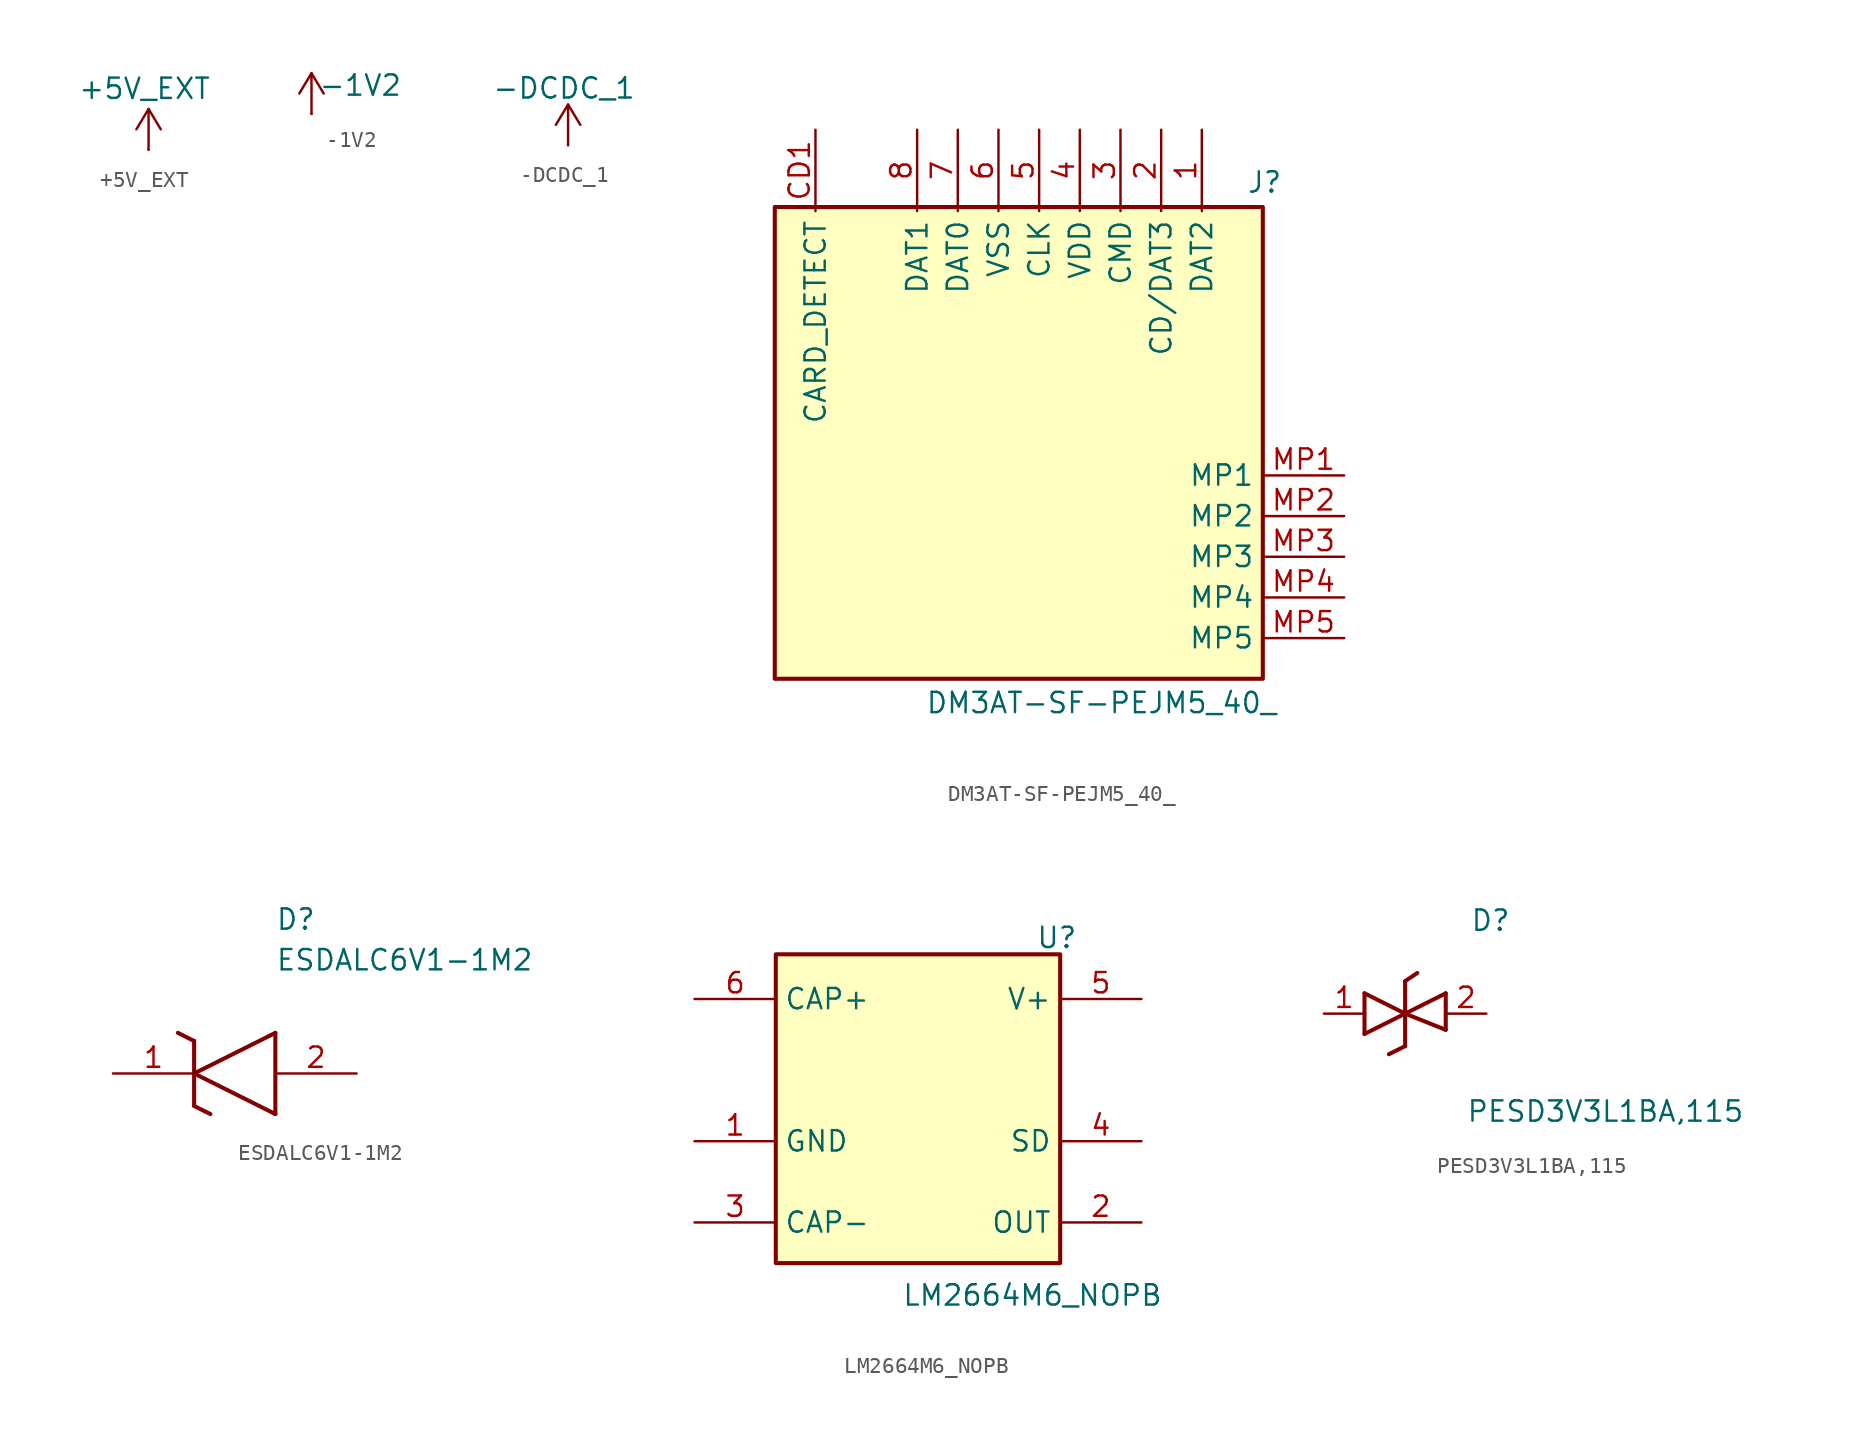
<source format=kicad_sym>
(kicad_symbol_lib
  (version 20231120)
  (generator "kicad_symbol_editor")
  (generator_version "8.0")
  (symbol "+5V_EXT"
    (power)
    (pin_numbers hide)
    (pin_names
      (offset 0) hide)
    (property "Reference" "#PWR"
      (at 5.08 2.54 0)
      (effects (font (size 1.27 1.27)) (hide yes)))
    (property "Value" "+5V_EXT"
      (at -0.254 3.81 0)
      (effects (font (size 1.27 1.27))))
    (symbol "+5V_EXT_0_1"
      (polyline (pts (xy 0 2.54) (xy 0.762 1.27)) (stroke (width 0) (type default)) (fill (type none)))
      (polyline (pts (xy 0 0) (xy 0 2.54) (xy -0.762 1.27)) (stroke (width 0) (type default)) (fill (type none))))
    (symbol "+5V_EXT_1_1"
      (pin power_in line (at 0 0 90) (length 0) (name "~" (effects (font (size 1.27 1.27)))) (number "1" (effects (font (size 1.27 1.27)))))))
  (symbol "-1V2"
    (power)
    (pin_numbers hide)
    (pin_names
      (offset 0) hide)
    (property "Reference" "#PWR"
      (at 6.35 -5.588 0)
      (effects (font (size 1.27 1.27)) (hide yes)))
    (property "Value" "-1V2"
      (at 3.048 1.778 0)
      (effects (font (size 1.27 1.27))))
    (symbol "-1V2_0_1"
      (polyline (pts (xy 0 2.54) (xy 0.762 1.27)) (stroke (width 0) (type default)) (fill (type none)))
      (polyline (pts (xy 0 0) (xy 0 2.54) (xy -0.762 1.27)) (stroke (width 0) (type default)) (fill (type none))))
    (symbol "-1V2_1_1"
      (pin power_in line (at 0 0 90) (length 0) (name "~" (effects (font (size 1.27 1.27)))) (number "1" (effects (font (size 1.27 1.27)))))))
  (symbol "-DCDC_1"
    (power)
    (pin_numbers hide)
    (pin_names
      (offset 0) hide)
    (property "Reference" "#PWR"
      (at 5.334 2.54 0)
      (effects (font (size 1.27 1.27)) (hide yes)))
    (property "Value" "-DCDC_1"
      (at -0.254 3.556 0)
      (effects (font (size 1.27 1.27))))
    (symbol "-DCDC_1_0_1"
      (polyline (pts (xy 0 2.54) (xy 0.762 1.27)) (stroke (width 0) (type default)) (fill (type none)))
      (polyline (pts (xy 0 0) (xy 0 2.54) (xy -0.762 1.27)) (stroke (width 0) (type default)) (fill (type none))))
    (symbol "-DCDC_1_1_1"
      (pin power_in line (at 0 0 90) (length 0) (name "~" (effects (font (size 1.27 1.27)))) (number "1" (effects (font (size 1.27 1.27)))))))
  (symbol "DM3AT-SF-PEJM5_40_"
    (property "Reference" "J"
      (at 14.224 17.78 0)
      (effects (font (size 1.27 1.27)) (justify left top)))
    (property "Value" "DM3AT-SF-PEJM5_40_"
      (at -5.842 -14.732 0)
      (effects (font (size 1.27 1.27)) (justify left top)))
    (symbol "DM3AT-SF-PEJM5_40__1_1"
      (rectangle (start -15.24 15.494) (end 15.24 -13.97) (stroke (width 0.254) (type default)) (fill (type background)))
      (pin passive line (at 11.43 20.32 270) (length 5.08) (name "DAT2" (effects (font (size 1.27 1.27)))) (number "1" (effects (font (size 1.27 1.27)))))
      (pin passive line (at 8.89 20.32 270) (length 5.08) (name "CD/DAT3" (effects (font (size 1.27 1.27)))) (number "2" (effects (font (size 1.27 1.27)))))
      (pin passive line (at 6.35 20.32 270) (length 5.08) (name "CMD" (effects (font (size 1.27 1.27)))) (number "3" (effects (font (size 1.27 1.27)))))
      (pin passive line (at 3.81 20.32 270) (length 5.08) (name "VDD" (effects (font (size 1.27 1.27)))) (number "4" (effects (font (size 1.27 1.27)))))
      (pin passive line (at 1.27 20.32 270) (length 5.08) (name "CLK" (effects (font (size 1.27 1.27)))) (number "5" (effects (font (size 1.27 1.27)))))
      (pin passive line (at -1.27 20.32 270) (length 5.08) (name "VSS" (effects (font (size 1.27 1.27)))) (number "6" (effects (font (size 1.27 1.27)))))
      (pin passive line (at -3.81 20.32 270) (length 5.08) (name "DAT0" (effects (font (size 1.27 1.27)))) (number "7" (effects (font (size 1.27 1.27)))))
      (pin passive line (at -6.35 20.32 270) (length 5.08) (name "DAT1" (effects (font (size 1.27 1.27)))) (number "8" (effects (font (size 1.27 1.27)))))
      (pin passive line (at -12.7 20.32 270) (length 5.08) (name "CARD_DETECT" (effects (font (size 1.27 1.27)))) (number "CD1" (effects (font (size 1.27 1.27)))))
      (pin passive line (at 20.32 -1.27 180) (length 5.08) (name "MP1" (effects (font (size 1.27 1.27)))) (number "MP1" (effects (font (size 1.27 1.27)))))
      (pin passive line (at 20.32 -3.81 180) (length 5.08) (name "MP2" (effects (font (size 1.27 1.27)))) (number "MP2" (effects (font (size 1.27 1.27)))))
      (pin passive line (at 20.32 -6.35 180) (length 5.08) (name "MP3" (effects (font (size 1.27 1.27)))) (number "MP3" (effects (font (size 1.27 1.27)))))
      (pin passive line (at 20.32 -8.89 180) (length 5.08) (name "MP4" (effects (font (size 1.27 1.27)))) (number "MP4" (effects (font (size 1.27 1.27)))))
      (pin passive line (at 20.32 -11.43 180) (length 5.08) (name "MP5" (effects (font (size 1.27 1.27)))) (number "MP5" (effects (font (size 1.27 1.27)))))))
  (symbol "ESDALC6V1-1M2"
    (pin_names hide)
    (property "Reference" "D"
      (at 2.54 8.89 0)
      (effects (font (size 1.27 1.27)) (justify left bottom)))
    (property "Value" "ESDALC6V1-1M2"
      (at 2.54 6.35 0)
      (effects (font (size 1.27 1.27)) (justify left bottom)))
    (symbol "ESDALC6V1-1M2_1_1"
      (polyline (pts (xy -3.556 2.54) (xy -2.54 2.032)) (stroke (width 0.254) (type default)) (fill (type none)))
      (polyline (pts (xy -2.54 -2.032) (xy -2.54 2.032)) (stroke (width 0.254) (type default)) (fill (type none)))
      (polyline (pts (xy -2.54 -2.032) (xy -1.524 -2.54)) (stroke (width 0.254) (type default)) (fill (type none)))
      (polyline (pts (xy -2.54 0) (xy 2.54 2.54)) (stroke (width 0.254) (type default)) (fill (type none)))
      (polyline (pts (xy 2.54 -2.54) (xy -2.54 0)) (stroke (width 0.254) (type default)) (fill (type none)))
      (polyline (pts (xy 2.54 -2.54) (xy 2.54 2.54)) (stroke (width 0.254) (type default)) (fill (type none)))
      (pin passive line (at -7.62 0 0) (length 5.08) (name "K" (effects (font (size 1.27 1.27)))) (number "1" (effects (font (size 1.27 1.27)))))
      (pin passive line (at 7.62 0 180) (length 5.08) (name "A" (effects (font (size 1.27 1.27)))) (number "2" (effects (font (size 1.27 1.27)))))))
  (symbol "LM2664M6_NOPB"
    (property "Reference" "U"
      (at 7.366 12.192 0)
      (effects (font (size 1.27 1.27)) (justify left top)))
    (property "Value" "LM2664M6_NOPB"
      (at -1.016 -10.16 0)
      (effects (font (size 1.27 1.27)) (justify left top)))
    (symbol "LM2664M6_NOPB_1_1"
      (rectangle (start -8.89 10.414) (end 8.89 -8.89) (stroke (width 0.254) (type default)) (fill (type background)))
      (pin passive line (at -13.97 -1.27 0) (length 5.08) (name "GND" (effects (font (size 1.27 1.27)))) (number "1" (effects (font (size 1.27 1.27)))))
      (pin passive line (at 13.97 -6.35 180) (length 5.08) (name "OUT" (effects (font (size 1.27 1.27)))) (number "2" (effects (font (size 1.27 1.27)))))
      (pin passive line (at -13.97 -6.35 0) (length 5.08) (name "CAP-" (effects (font (size 1.27 1.27)))) (number "3" (effects (font (size 1.27 1.27)))))
      (pin passive line (at 13.97 -1.27 180) (length 5.08) (name "SD" (effects (font (size 1.27 1.27)))) (number "4" (effects (font (size 1.27 1.27)))))
      (pin passive line (at 13.97 7.62 180) (length 5.08) (name "V+" (effects (font (size 1.27 1.27)))) (number "5" (effects (font (size 1.27 1.27)))))
      (pin passive line (at -13.97 7.62 0) (length 5.08) (name "CAP+" (effects (font (size 1.27 1.27)))) (number "6" (effects (font (size 1.27 1.27)))))))
  (symbol "PESD3V3L1BA,115"
    (pin_names hide)
    (property "Reference" "D"
      (at 14.224 5.08 0)
      (effects (font (size 1.27 1.27)) (justify left bottom)))
    (property "Value" "PESD3V3L1BA,115"
      (at 13.97 -6.858 0)
      (effects (font (size 1.27 1.27)) (justify left bottom)))
    (symbol "PESD3V3L1BA,115_1_1"
      (polyline (pts (xy 7.62 1.27) (xy 7.62 -1.27)) (stroke (width 0.254) (type default)) (fill (type none)))
      (polyline (pts (xy 7.62 1.27) (xy 10.16 0)) (stroke (width 0.254) (type default)) (fill (type none)))
      (polyline (pts (xy 10.16 -2.032) (xy 9.144 -2.54)) (stroke (width 0.254) (type default)) (fill (type none)))
      (polyline (pts (xy 10.16 -2.032) (xy 10.16 2.032)) (stroke (width 0.254) (type default)) (fill (type none)))
      (polyline (pts (xy 10.16 0) (xy 7.62 -1.27)) (stroke (width 0.254) (type default)) (fill (type none)))
      (polyline (pts (xy 10.16 0) (xy 12.7 -1.016)) (stroke (width 0.254) (type default)) (fill (type none)))
      (polyline (pts (xy 10.922 2.54) (xy 10.16 2.032)) (stroke (width 0.254) (type default)) (fill (type none)))
      (polyline (pts (xy 12.7 1.27) (xy 10.16 0)) (stroke (width 0.254) (type default)) (fill (type none)))
      (polyline (pts (xy 12.7 1.27) (xy 12.7 -1.016)) (stroke (width 0.254) (type default)) (fill (type none)))
      (pin passive line (at 5.08 0 0) (length 2.54) (name "K1" (effects (font (size 1.27 1.27)))) (number "1" (effects (font (size 1.27 1.27)))))
      (pin passive line (at 15.24 0 180) (length 2.54) (name "K2" (effects (font (size 1.27 1.27)))) (number "2" (effects (font (size 1.27 1.27))))))))
</source>
